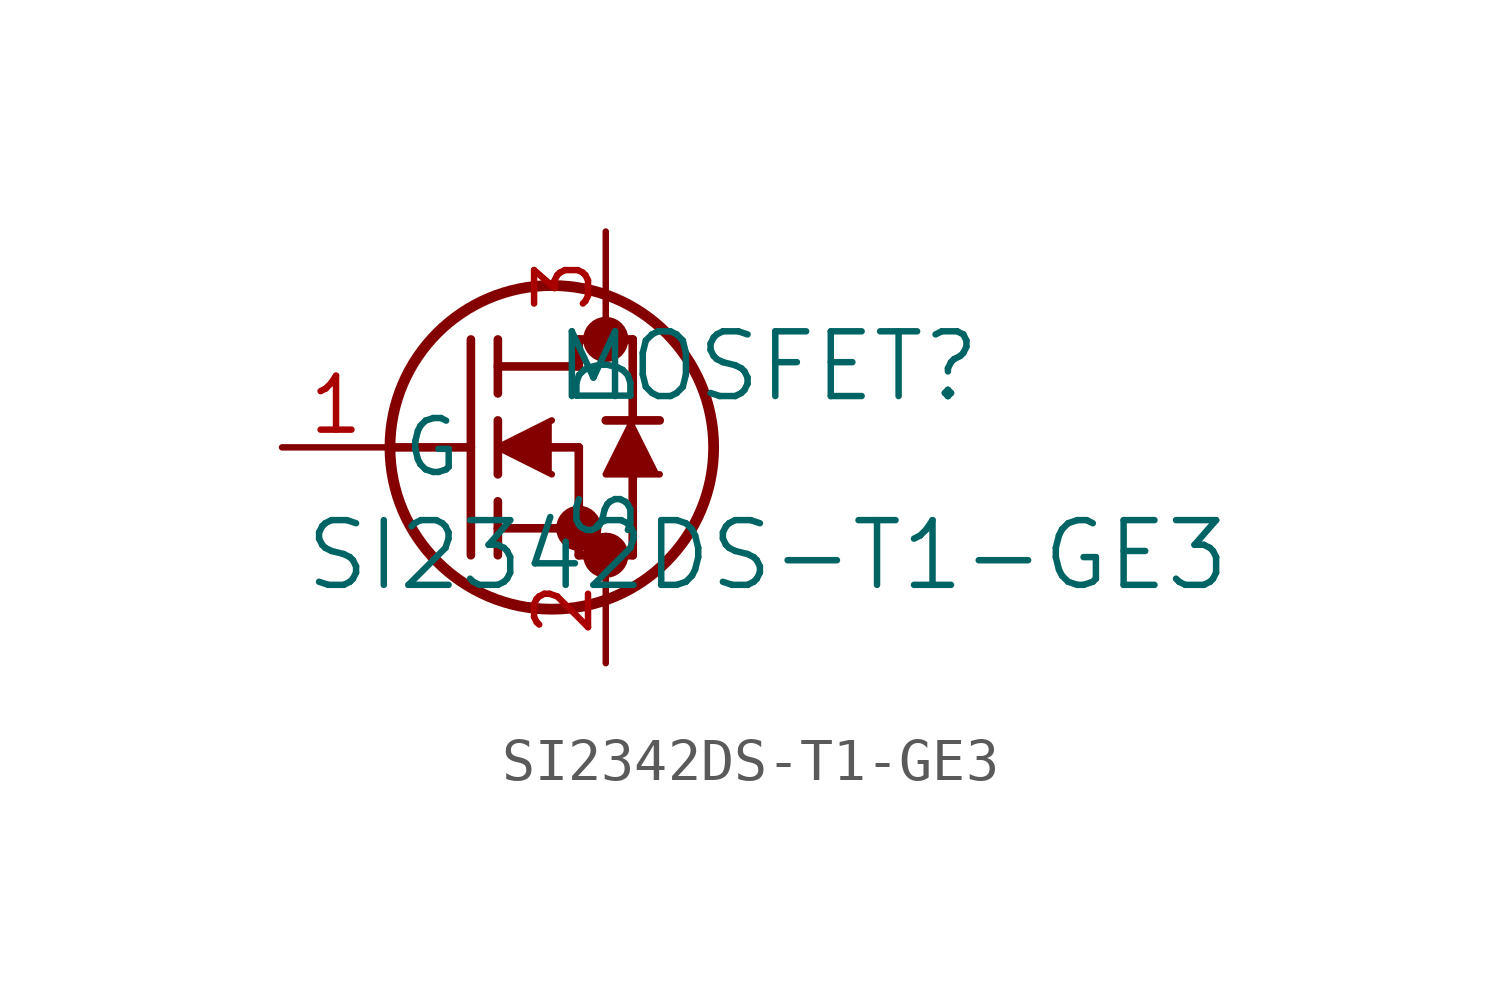
<source format=kicad_sym>
(kicad_symbol_lib
  (version 20211014)
  (generator kicad_symbol_editor)
  (symbol "SI2342DS-T1-GE3"
    (pin_names
      (offset 0.254))
    (property "Reference" "MOSFET"
      (at 11.43 1.905 0)
      (effects (font (size 1.524 1.524))))
    (property "Value" "SI2342DS-T1-GE3"
      (at 11.43 -2.54 0)
      (effects (font (size 1.524 1.524))))
    (symbol "SI2342DS-T1-GE3_0_1"
      (circle (center 7.62 2.54) (radius 0.025) (stroke (width 0.508) (type default) (color 0 0 0 0)) (fill (type none)))
      (circle (center 7.62 -2.54) (radius 0.025) (stroke (width 0.508) (type default) (color 0 0 0 0)) (fill (type none)))
      (circle (center 6.985 -1.905) (radius 0.025) (stroke (width 0.508) (type default) (color 0 0 0 0)) (fill (type none)))
      (circle (center 6.35 0) (radius 3.81) (stroke (width 0.254) (type default) (color 0 0 0 0)) (fill (type none)))
      (polyline (pts (xy 2.54 0) (xy 4.445 0)) (stroke (width 0.203) (type default) (color 0 0 0 0)) (fill (type none)))
      (polyline (pts (xy 4.445 -2.54) (xy 4.445 2.54)) (stroke (width 0.203) (type default) (color 0 0 0 0)) (fill (type none)))
      (polyline (pts (xy 5.08 -0.635) (xy 5.08 0.635)) (stroke (width 0.203) (type default) (color 0 0 0 0)) (fill (type none)))
      (polyline (pts (xy 5.08 -2.54) (xy 5.08 -1.27)) (stroke (width 0.203) (type default) (color 0 0 0 0)) (fill (type none)))
      (polyline (pts (xy 5.08 1.27) (xy 5.08 2.54)) (stroke (width 0.203) (type default) (color 0 0 0 0)) (fill (type none)))
      (polyline (pts (xy 6.35 0) (xy 6.985 0)) (stroke (width 0.203) (type default) (color 0 0 0 0)) (fill (type none)))
      (polyline (pts (xy 5.08 -1.905) (xy 6.985 -1.905)) (stroke (width 0.203) (type default) (color 0 0 0 0)) (fill (type none)))
      (polyline (pts (xy 6.985 -2.54) (xy 6.985 0)) (stroke (width 0.203) (type default) (color 0 0 0 0)) (fill (type none)))
      (polyline (pts (xy 6.985 -2.54) (xy 8.255 -2.54)) (stroke (width 0.203) (type default) (color 0 0 0 0)) (fill (type none)))
      (polyline (pts (xy 5.08 1.905) (xy 6.985 1.905)) (stroke (width 0.203) (type default) (color 0 0 0 0)) (fill (type none)))
      (polyline (pts (xy 8.255 0.635) (xy 8.255 2.54)) (stroke (width 0.203) (type default) (color 0 0 0 0)) (fill (type none)))
      (polyline (pts (xy 6.35 0.635) (xy 5.08 0) (xy 6.35 -0.635)) (stroke (width 0) (type default) (color 0 0 0 0)) (fill (type outline)))
      (polyline (pts (xy 8.89 -0.635) (xy 7.62 -0.635) (xy 8.255 0.635)) (stroke (width 0) (type default) (color 0 0 0 0)) (fill (type outline)))
      (polyline (pts (xy 8.255 -2.54) (xy 8.255 -0.635)) (stroke (width 0.203) (type default) (color 0 0 0 0)) (fill (type none)))
      (polyline (pts (xy 8.89 0.635) (xy 7.62 0.635)) (stroke (width 0.203) (type default) (color 0 0 0 0)) (fill (type none)))
      (polyline (pts (xy 6.985 2.54) (xy 8.255 2.54)) (stroke (width 0.203) (type default) (color 0 0 0 0)) (fill (type none)))
      (polyline (pts (xy 6.985 1.905) (xy 6.985 2.54)) (stroke (width 0.203) (type default) (color 0 0 0 0)) (fill (type none)))
      (pin unspecified line (at 0 0 0) (length 2.54) (name "G" (effects (font (size 1.27 1.27)))) (number "1" (effects (font (size 1.27 1.27)))))
      (pin unspecified line (at 7.62 -5.08 90) (length 2.54) (name "S" (effects (font (size 1.27 1.27)))) (number "2" (effects (font (size 1.27 1.27)))))
      (pin unspecified line (at 7.62 5.08 270) (length 2.54) (name "D" (effects (font (size 1.27 1.27)))) (number "3" (effects (font (size 1.27 1.27))))))))
</source>
